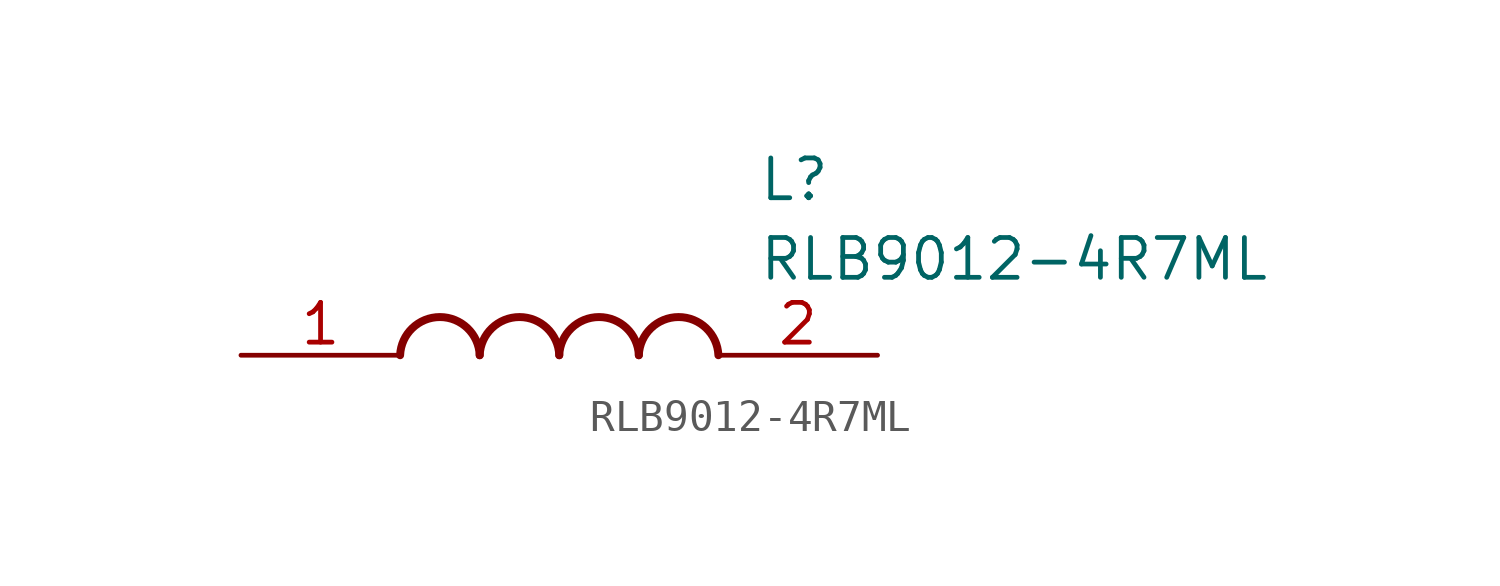
<source format=kicad_sym>
(kicad_symbol_lib
  (version 20211014)
  (generator SamacSys_ECAD_Model)
  (symbol "RLB9012-4R7ML"
    (pin_names hide)
    (property "Reference" "L"
      (at 16.51 6.35 0)
      (effects (font (size 1.27 1.27)) (justify left top)))
    (property "Value" "RLB9012-4R7ML"
      (at 16.51 3.81 0)
      (effects (font (size 1.27 1.27)) (justify left top)))
    (arc
      (start 7.62 0)
      (mid 6.35 1.219)
      (end 5.08 0)
      (stroke (width 0.254) (type default))
      (fill (type none)))
    (arc
      (start 10.16 0)
      (mid 8.89 1.219)
      (end 7.62 0)
      (stroke (width 0.254) (type default))
      (fill (type none)))
    (arc
      (start 12.7 0)
      (mid 11.43 1.219)
      (end 10.16 0)
      (stroke (width 0.254) (type default))
      (fill (type none)))
    (arc
      (start 15.24 0)
      (mid 13.97 1.219)
      (end 12.7 0)
      (stroke (width 0.254) (type default))
      (fill (type none)))
    (pin passive line
      (at 0 0 0)
      (length 5.08)
      (name "1" (effects (font (size 1.27 1.27))))
      (number "1" (effects (font (size 1.27 1.27)))))
    (pin passive line
      (at 20.32 0 180)
      (length 5.08)
      (name "2" (effects (font (size 1.27 1.27))))
      (number "2" (effects (font (size 1.27 1.27)))))))
</source>
